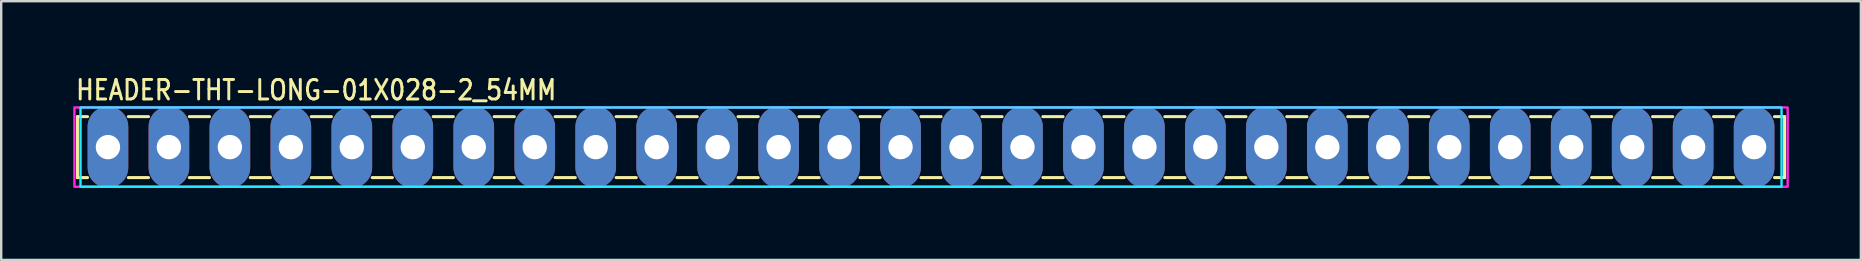
<source format=kicad_pcb>
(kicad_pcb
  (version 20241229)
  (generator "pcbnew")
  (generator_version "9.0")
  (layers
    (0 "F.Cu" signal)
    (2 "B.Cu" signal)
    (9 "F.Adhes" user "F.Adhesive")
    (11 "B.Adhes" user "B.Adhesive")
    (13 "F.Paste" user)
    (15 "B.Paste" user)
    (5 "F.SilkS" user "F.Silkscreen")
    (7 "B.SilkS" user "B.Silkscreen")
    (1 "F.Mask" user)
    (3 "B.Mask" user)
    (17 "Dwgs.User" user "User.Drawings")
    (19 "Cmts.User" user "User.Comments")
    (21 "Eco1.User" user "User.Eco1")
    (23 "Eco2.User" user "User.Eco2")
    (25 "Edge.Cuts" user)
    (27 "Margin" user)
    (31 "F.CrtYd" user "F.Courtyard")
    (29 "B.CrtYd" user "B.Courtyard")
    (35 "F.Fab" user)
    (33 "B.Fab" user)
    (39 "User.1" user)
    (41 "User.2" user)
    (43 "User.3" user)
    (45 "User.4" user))
  (footprint "HEADER-THT-LONG-01X028-2_54MM"
    (layer "F.Cu")
    (at 1.447 3.079)
    (property "Reference" "HEADER-THT-LONG-01X028-2_54MM" (at -1.4 -1.9 0) (unlocked yes) (layer "F.SilkS") (effects (font (size 0.813 0.695) (thickness 0.122)) (justify left bottom)))
    (fp_line (start -1.27 -1.27) (end -1.27 1.27) (stroke (width 0.127) (type solid)) (layer "F.SilkS"))
    (fp_line (start -1.27 1.27) (end -0.85 1.27) (stroke (width 0.127) (type solid)) (layer "F.SilkS"))
    (fp_line (start -0.85 -1.27) (end -1.27 -1.27) (stroke (width 0.127) (type solid)) (layer "F.SilkS"))
    (fp_line (start 0.85 -1.27) (end 1.69 -1.27) (stroke (width 0.127) (type solid)) (layer "F.SilkS"))
    (fp_line (start 0.85 1.27) (end 1.69 1.27) (stroke (width 0.127) (type solid)) (layer "F.SilkS"))
    (fp_line (start 3.39 -1.27) (end 4.23 -1.27) (stroke (width 0.127) (type solid)) (layer "F.SilkS"))
    (fp_line (start 3.39 1.27) (end 4.23 1.27) (stroke (width 0.127) (type solid)) (layer "F.SilkS"))
    (fp_line (start 5.93 -1.27) (end 6.77 -1.27) (stroke (width 0.127) (type solid)) (layer "F.SilkS"))
    (fp_line (start 5.93 1.27) (end 6.77 1.27) (stroke (width 0.127) (type solid)) (layer "F.SilkS"))
    (fp_line (start 8.47 -1.27) (end 9.31 -1.27) (stroke (width 0.127) (type solid)) (layer "F.SilkS"))
    (fp_line (start 8.47 1.27) (end 9.31 1.27) (stroke (width 0.127) (type solid)) (layer "F.SilkS"))
    (fp_line (start 11.01 -1.27) (end 11.85 -1.27) (stroke (width 0.127) (type solid)) (layer "F.SilkS"))
    (fp_line (start 11.01 1.27) (end 11.85 1.27) (stroke (width 0.127) (type solid)) (layer "F.SilkS"))
    (fp_line (start 13.55 -1.27) (end 14.39 -1.27) (stroke (width 0.127) (type solid)) (layer "F.SilkS"))
    (fp_line (start 13.55 1.27) (end 14.39 1.27) (stroke (width 0.127) (type solid)) (layer "F.SilkS"))
    (fp_line (start 16.09 -1.27) (end 16.93 -1.27) (stroke (width 0.127) (type solid)) (layer "F.SilkS"))
    (fp_line (start 16.09 1.27) (end 16.93 1.27) (stroke (width 0.127) (type solid)) (layer "F.SilkS"))
    (fp_line (start 18.63 -1.27) (end 19.47 -1.27) (stroke (width 0.127) (type solid)) (layer "F.SilkS"))
    (fp_line (start 18.63 1.27) (end 19.47 1.27) (stroke (width 0.127) (type solid)) (layer "F.SilkS"))
    (fp_line (start 21.17 -1.27) (end 22.01 -1.27) (stroke (width 0.127) (type solid)) (layer "F.SilkS"))
    (fp_line (start 21.17 1.27) (end 22.01 1.27) (stroke (width 0.127) (type solid)) (layer "F.SilkS"))
    (fp_line (start 23.71 -1.27) (end 24.55 -1.27) (stroke (width 0.127) (type solid)) (layer "F.SilkS"))
    (fp_line (start 23.71 1.27) (end 24.55 1.27) (stroke (width 0.127) (type solid)) (layer "F.SilkS"))
    (fp_line (start 26.25 -1.27) (end 27.09 -1.27) (stroke (width 0.127) (type solid)) (layer "F.SilkS"))
    (fp_line (start 26.25 1.27) (end 27.09 1.27) (stroke (width 0.127) (type solid)) (layer "F.SilkS"))
    (fp_line (start 28.79 -1.27) (end 29.63 -1.27) (stroke (width 0.127) (type solid)) (layer "F.SilkS"))
    (fp_line (start 28.79 1.27) (end 29.63 1.27) (stroke (width 0.127) (type solid)) (layer "F.SilkS"))
    (fp_line (start 31.33 -1.27) (end 32.17 -1.27) (stroke (width 0.127) (type solid)) (layer "F.SilkS"))
    (fp_line (start 31.33 1.27) (end 32.17 1.27) (stroke (width 0.127) (type solid)) (layer "F.SilkS"))
    (fp_line (start 33.87 -1.27) (end 34.71 -1.27) (stroke (width 0.127) (type solid)) (layer "F.SilkS"))
    (fp_line (start 33.87 1.27) (end 34.71 1.27) (stroke (width 0.127) (type solid)) (layer "F.SilkS"))
    (fp_line (start 36.41 -1.27) (end 37.25 -1.27) (stroke (width 0.127) (type solid)) (layer "F.SilkS"))
    (fp_line (start 36.41 1.27) (end 37.25 1.27) (stroke (width 0.127) (type solid)) (layer "F.SilkS"))
    (fp_line (start 38.95 -1.27) (end 39.79 -1.27) (stroke (width 0.127) (type solid)) (layer "F.SilkS"))
    (fp_line (start 38.95 1.27) (end 39.79 1.27) (stroke (width 0.127) (type solid)) (layer "F.SilkS"))
    (fp_line (start 41.49 -1.27) (end 42.33 -1.27) (stroke (width 0.127) (type solid)) (layer "F.SilkS"))
    (fp_line (start 41.49 1.27) (end 42.33 1.27) (stroke (width 0.127) (type solid)) (layer "F.SilkS"))
    (fp_line (start 44.03 -1.27) (end 44.87 -1.27) (stroke (width 0.127) (type solid)) (layer "F.SilkS"))
    (fp_line (start 44.03 1.27) (end 44.87 1.27) (stroke (width 0.127) (type solid)) (layer "F.SilkS"))
    (fp_line (start 46.57 -1.27) (end 47.41 -1.27) (stroke (width 0.127) (type solid)) (layer "F.SilkS"))
    (fp_line (start 46.57 1.27) (end 47.41 1.27) (stroke (width 0.127) (type solid)) (layer "F.SilkS"))
    (fp_line (start 49.11 -1.27) (end 49.95 -1.27) (stroke (width 0.127) (type solid)) (layer "F.SilkS"))
    (fp_line (start 49.11 1.27) (end 49.95 1.27) (stroke (width 0.127) (type solid)) (layer "F.SilkS"))
    (fp_line (start 51.65 -1.27) (end 52.49 -1.27) (stroke (width 0.127) (type solid)) (layer "F.SilkS"))
    (fp_line (start 51.65 1.27) (end 52.49 1.27) (stroke (width 0.127) (type solid)) (layer "F.SilkS"))
    (fp_line (start 54.19 -1.27) (end 55.03 -1.27) (stroke (width 0.127) (type solid)) (layer "F.SilkS"))
    (fp_line (start 54.19 1.27) (end 55.03 1.27) (stroke (width 0.127) (type solid)) (layer "F.SilkS"))
    (fp_line (start 56.73 -1.27) (end 57.57 -1.27) (stroke (width 0.127) (type solid)) (layer "F.SilkS"))
    (fp_line (start 56.73 1.27) (end 57.57 1.27) (stroke (width 0.127) (type solid)) (layer "F.SilkS"))
    (fp_line (start 59.27 -1.27) (end 60.11 -1.27) (stroke (width 0.127) (type solid)) (layer "F.SilkS"))
    (fp_line (start 59.27 1.27) (end 60.11 1.27) (stroke (width 0.127) (type solid)) (layer "F.SilkS"))
    (fp_line (start 61.81 -1.27) (end 62.65 -1.27) (stroke (width 0.127) (type solid)) (layer "F.SilkS"))
    (fp_line (start 61.81 1.27) (end 62.65 1.27) (stroke (width 0.127) (type solid)) (layer "F.SilkS"))
    (fp_line (start 64.35 -1.27) (end 65.19 -1.27) (stroke (width 0.127) (type solid)) (layer "F.SilkS"))
    (fp_line (start 64.35 1.27) (end 65.19 1.27) (stroke (width 0.127) (type solid)) (layer "F.SilkS"))
    (fp_line (start 66.89 -1.27) (end 67.73 -1.27) (stroke (width 0.127) (type solid)) (layer "F.SilkS"))
    (fp_line (start 66.89 1.27) (end 67.73 1.27) (stroke (width 0.127) (type solid)) (layer "F.SilkS"))
    (fp_line (start 69.43 -1.27) (end 69.85 -1.27) (stroke (width 0.127) (type solid)) (layer "F.SilkS"))
    (fp_line (start 69.85 -1.27) (end 69.85 1.27) (stroke (width 0.127) (type solid)) (layer "F.SilkS"))
    (fp_line (start 69.85 1.27) (end 69.43 1.27) (stroke (width 0.127) (type solid)) (layer "F.SilkS"))
    (fp_poly (pts (xy -1.143 -1.651) (xy 69.723 -1.651) (xy 69.723 1.651) (xy -1.143 1.651)) (stroke (width 0.1) (type solid)) (fill no) (layer "B.CrtYd"))
    (fp_poly (pts (xy -1.397 -1.651) (xy 69.977 -1.651) (xy 69.977 1.651) (xy -1.397 1.651)) (stroke (width 0.1) (type solid)) (fill no) (layer "F.CrtYd"))
    (pad "1" thru_hole oval (at 0 0 90) (size 3.387 1.693) (drill 1.016) (layers "*.Cu" "*.Mask"))
    (pad "2" thru_hole oval (at 2.54 0 90) (size 3.387 1.693) (drill 1.016) (layers "*.Cu" "*.Mask"))
    (pad "3" thru_hole oval (at 5.08 0 90) (size 3.387 1.693) (drill 1.016) (layers "*.Cu" "*.Mask"))
    (pad "4" thru_hole oval (at 7.62 0 90) (size 3.387 1.693) (drill 1.016) (layers "*.Cu" "*.Mask"))
    (pad "5" thru_hole oval (at 10.16 0 90) (size 3.387 1.693) (drill 1.016) (layers "*.Cu" "*.Mask"))
    (pad "6" thru_hole oval (at 12.7 0 90) (size 3.387 1.693) (drill 1.016) (layers "*.Cu" "*.Mask"))
    (pad "7" thru_hole oval (at 15.24 0 90) (size 3.387 1.693) (drill 1.016) (layers "*.Cu" "*.Mask"))
    (pad "8" thru_hole oval (at 17.78 0 90) (size 3.387 1.693) (drill 1.016) (layers "*.Cu" "*.Mask"))
    (pad "9" thru_hole oval (at 20.32 0 90) (size 3.387 1.693) (drill 1.016) (layers "*.Cu" "*.Mask"))
    (pad "10" thru_hole oval (at 22.86 0 90) (size 3.387 1.693) (drill 1.016) (layers "*.Cu" "*.Mask"))
    (pad "11" thru_hole oval (at 25.4 0 90) (size 3.387 1.693) (drill 1.016) (layers "*.Cu" "*.Mask"))
    (pad "12" thru_hole oval (at 27.94 0 90) (size 3.387 1.693) (drill 1.016) (layers "*.Cu" "*.Mask"))
    (pad "13" thru_hole oval (at 30.48 0 90) (size 3.387 1.693) (drill 1.016) (layers "*.Cu" "*.Mask"))
    (pad "14" thru_hole oval (at 33.02 0 90) (size 3.387 1.693) (drill 1.016) (layers "*.Cu" "*.Mask"))
    (pad "15" thru_hole oval (at 35.56 0 90) (size 3.387 1.693) (drill 1.016) (layers "*.Cu" "*.Mask"))
    (pad "16" thru_hole oval (at 38.1 0 90) (size 3.387 1.693) (drill 1.016) (layers "*.Cu" "*.Mask"))
    (pad "17" thru_hole oval (at 40.64 0 90) (size 3.387 1.693) (drill 1.016) (layers "*.Cu" "*.Mask"))
    (pad "18" thru_hole oval (at 43.18 0 90) (size 3.387 1.693) (drill 1.016) (layers "*.Cu" "*.Mask"))
    (pad "19" thru_hole oval (at 45.72 0 90) (size 3.387 1.693) (drill 1.016) (layers "*.Cu" "*.Mask"))
    (pad "20" thru_hole oval (at 48.26 0 90) (size 3.387 1.693) (drill 1.016) (layers "*.Cu" "*.Mask"))
    (pad "21" thru_hole oval (at 50.8 0 90) (size 3.387 1.693) (drill 1.016) (layers "*.Cu" "*.Mask"))
    (pad "22" thru_hole oval (at 53.34 0 90) (size 3.387 1.693) (drill 1.016) (layers "*.Cu" "*.Mask"))
    (pad "23" thru_hole oval (at 55.88 0 90) (size 3.387 1.693) (drill 1.016) (layers "*.Cu" "*.Mask"))
    (pad "24" thru_hole oval (at 58.42 0 90) (size 3.387 1.693) (drill 1.016) (layers "*.Cu" "*.Mask"))
    (pad "25" thru_hole oval (at 60.96 0 90) (size 3.387 1.693) (drill 1.016) (layers "*.Cu" "*.Mask"))
    (pad "26" thru_hole oval (at 63.5 0 90) (size 3.387 1.693) (drill 1.016) (layers "*.Cu" "*.Mask"))
    (pad "27" thru_hole oval (at 66.04 0 90) (size 3.387 1.693) (drill 1.016) (layers "*.Cu" "*.Mask"))
    (pad "28" thru_hole oval (at 68.58 0 90) (size 3.387 1.693) (drill 1.016) (layers "*.Cu" "*.Mask")))
  (gr_rect
    (start -3 -3)
    (end 74.474 7.78)
    (stroke (width 0.1) (type default))
    (fill no)
    (layer "Edge.Cuts")))
</source>
